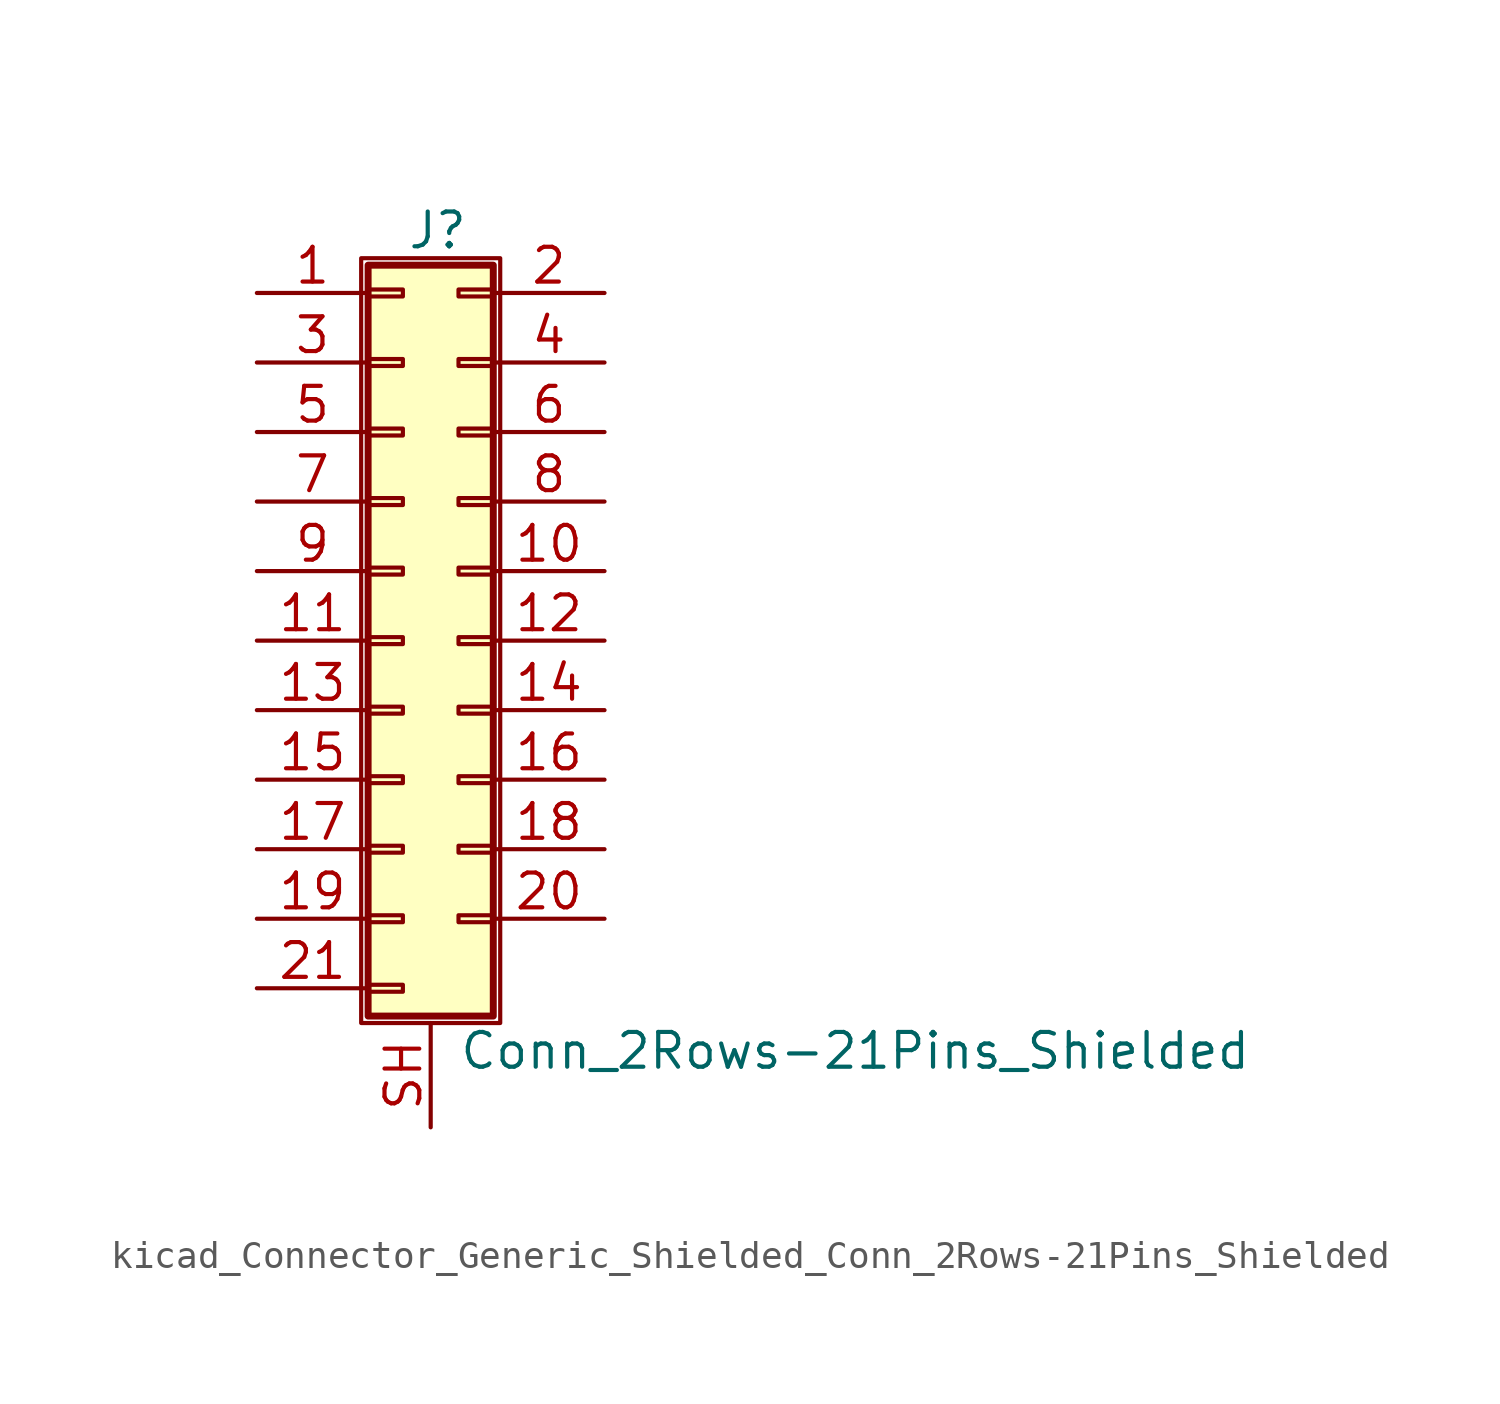
<source format=kicad_sym>
(kicad_symbol_lib
  (version 20220914)
  (generator kicad_symbol_editor)
  (symbol "kicad_Connector_Generic_Shielded_Conn_2Rows-21Pins_Shielded"
    (pin_names
      (offset 1.016) hide)
    (property "Reference" "J"
      (at 1.524 14.986 0)
      (effects (font (size 1.27 1.27))))
    (property "Value" "Conn_2Rows-21Pins_Shielded"
      (at 2.286 -14.986 0)
      (effects (font (size 1.27 1.27)) (justify left)))
    (symbol "kicad_Connector_Generic_Shielded_Conn_2Rows-21Pins_Shielded_1_1"
      (rectangle (start -1.27 13.97) (end 3.81 -13.97) (stroke (width 0.152) (type default)) (fill (type none)))
      (rectangle (start -1.016 -12.573) (end 0.254 -12.827) (stroke (width 0.152) (type default)) (fill (type none)))
      (rectangle (start -1.016 -10.033) (end 0.254 -10.287) (stroke (width 0.152) (type default)) (fill (type none)))
      (rectangle (start -1.016 -7.493) (end 0.254 -7.747) (stroke (width 0.152) (type default)) (fill (type none)))
      (rectangle (start -1.016 -4.953) (end 0.254 -5.207) (stroke (width 0.152) (type default)) (fill (type none)))
      (rectangle (start -1.016 -2.413) (end 0.254 -2.667) (stroke (width 0.152) (type default)) (fill (type none)))
      (rectangle (start -1.016 0.127) (end 0.254 -0.127) (stroke (width 0.152) (type default)) (fill (type none)))
      (rectangle (start -1.016 2.667) (end 0.254 2.413) (stroke (width 0.152) (type default)) (fill (type none)))
      (rectangle (start -1.016 5.207) (end 0.254 4.953) (stroke (width 0.152) (type default)) (fill (type none)))
      (rectangle (start -1.016 7.747) (end 0.254 7.493) (stroke (width 0.152) (type default)) (fill (type none)))
      (rectangle (start -1.016 10.287) (end 0.254 10.033) (stroke (width 0.152) (type default)) (fill (type none)))
      (rectangle (start -1.016 12.827) (end 0.254 12.573) (stroke (width 0.152) (type default)) (fill (type none)))
      (rectangle (start -1.016 13.716) (end 3.556 -13.716) (stroke (width 0.254) (type default)) (fill (type background)))
      (rectangle (start 3.556 -10.033) (end 2.286 -10.287) (stroke (width 0.152) (type default)) (fill (type none)))
      (rectangle (start 3.556 -7.493) (end 2.286 -7.747) (stroke (width 0.152) (type default)) (fill (type none)))
      (rectangle (start 3.556 -4.953) (end 2.286 -5.207) (stroke (width 0.152) (type default)) (fill (type none)))
      (rectangle (start 3.556 -2.413) (end 2.286 -2.667) (stroke (width 0.152) (type default)) (fill (type none)))
      (rectangle (start 3.556 0.127) (end 2.286 -0.127) (stroke (width 0.152) (type default)) (fill (type none)))
      (rectangle (start 3.556 2.667) (end 2.286 2.413) (stroke (width 0.152) (type default)) (fill (type none)))
      (rectangle (start 3.556 5.207) (end 2.286 4.953) (stroke (width 0.152) (type default)) (fill (type none)))
      (rectangle (start 3.556 7.747) (end 2.286 7.493) (stroke (width 0.152) (type default)) (fill (type none)))
      (rectangle (start 3.556 10.287) (end 2.286 10.033) (stroke (width 0.152) (type default)) (fill (type none)))
      (rectangle (start 3.556 12.827) (end 2.286 12.573) (stroke (width 0.152) (type default)) (fill (type none)))
      (pin passive line (at -5.08 12.7 0) (length 4.064) (name "Pin_1" (effects (font (size 1.27 1.27)))) (number "1" (effects (font (size 1.27 1.27)))))
      (pin passive line (at 7.62 2.54 180) (length 4.064) (name "Pin_10" (effects (font (size 1.27 1.27)))) (number "10" (effects (font (size 1.27 1.27)))))
      (pin passive line (at -5.08 0 0) (length 4.064) (name "Pin_11" (effects (font (size 1.27 1.27)))) (number "11" (effects (font (size 1.27 1.27)))))
      (pin passive line (at 7.62 0 180) (length 4.064) (name "Pin_12" (effects (font (size 1.27 1.27)))) (number "12" (effects (font (size 1.27 1.27)))))
      (pin passive line (at -5.08 -2.54 0) (length 4.064) (name "Pin_13" (effects (font (size 1.27 1.27)))) (number "13" (effects (font (size 1.27 1.27)))))
      (pin passive line (at 7.62 -2.54 180) (length 4.064) (name "Pin_14" (effects (font (size 1.27 1.27)))) (number "14" (effects (font (size 1.27 1.27)))))
      (pin passive line (at -5.08 -5.08 0) (length 4.064) (name "Pin_15" (effects (font (size 1.27 1.27)))) (number "15" (effects (font (size 1.27 1.27)))))
      (pin passive line (at 7.62 -5.08 180) (length 4.064) (name "Pin_16" (effects (font (size 1.27 1.27)))) (number "16" (effects (font (size 1.27 1.27)))))
      (pin passive line (at -5.08 -7.62 0) (length 4.064) (name "Pin_17" (effects (font (size 1.27 1.27)))) (number "17" (effects (font (size 1.27 1.27)))))
      (pin passive line (at 7.62 -7.62 180) (length 4.064) (name "Pin_18" (effects (font (size 1.27 1.27)))) (number "18" (effects (font (size 1.27 1.27)))))
      (pin passive line (at -5.08 -10.16 0) (length 4.064) (name "Pin_19" (effects (font (size 1.27 1.27)))) (number "19" (effects (font (size 1.27 1.27)))))
      (pin passive line (at 7.62 12.7 180) (length 4.064) (name "Pin_2" (effects (font (size 1.27 1.27)))) (number "2" (effects (font (size 1.27 1.27)))))
      (pin passive line (at 7.62 -10.16 180) (length 4.064) (name "Pin_20" (effects (font (size 1.27 1.27)))) (number "20" (effects (font (size 1.27 1.27)))))
      (pin passive line (at -5.08 -12.7 0) (length 4.064) (name "Pin_21" (effects (font (size 1.27 1.27)))) (number "21" (effects (font (size 1.27 1.27)))))
      (pin passive line (at -5.08 10.16 0) (length 4.064) (name "Pin_3" (effects (font (size 1.27 1.27)))) (number "3" (effects (font (size 1.27 1.27)))))
      (pin passive line (at 7.62 10.16 180) (length 4.064) (name "Pin_4" (effects (font (size 1.27 1.27)))) (number "4" (effects (font (size 1.27 1.27)))))
      (pin passive line (at -5.08 7.62 0) (length 4.064) (name "Pin_5" (effects (font (size 1.27 1.27)))) (number "5" (effects (font (size 1.27 1.27)))))
      (pin passive line (at 7.62 7.62 180) (length 4.064) (name "Pin_6" (effects (font (size 1.27 1.27)))) (number "6" (effects (font (size 1.27 1.27)))))
      (pin passive line (at -5.08 5.08 0) (length 4.064) (name "Pin_7" (effects (font (size 1.27 1.27)))) (number "7" (effects (font (size 1.27 1.27)))))
      (pin passive line (at 7.62 5.08 180) (length 4.064) (name "Pin_8" (effects (font (size 1.27 1.27)))) (number "8" (effects (font (size 1.27 1.27)))))
      (pin passive line (at -5.08 2.54 0) (length 4.064) (name "Pin_9" (effects (font (size 1.27 1.27)))) (number "9" (effects (font (size 1.27 1.27)))))
      (pin passive line (at 1.27 -17.78 90) (length 3.81) (name "Shield" (effects (font (size 1.27 1.27)))) (number "SH" (effects (font (size 1.27 1.27))))))))
</source>
